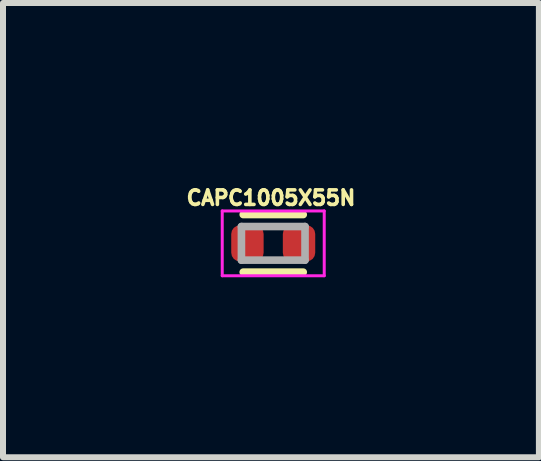
<source format=kicad_pcb>
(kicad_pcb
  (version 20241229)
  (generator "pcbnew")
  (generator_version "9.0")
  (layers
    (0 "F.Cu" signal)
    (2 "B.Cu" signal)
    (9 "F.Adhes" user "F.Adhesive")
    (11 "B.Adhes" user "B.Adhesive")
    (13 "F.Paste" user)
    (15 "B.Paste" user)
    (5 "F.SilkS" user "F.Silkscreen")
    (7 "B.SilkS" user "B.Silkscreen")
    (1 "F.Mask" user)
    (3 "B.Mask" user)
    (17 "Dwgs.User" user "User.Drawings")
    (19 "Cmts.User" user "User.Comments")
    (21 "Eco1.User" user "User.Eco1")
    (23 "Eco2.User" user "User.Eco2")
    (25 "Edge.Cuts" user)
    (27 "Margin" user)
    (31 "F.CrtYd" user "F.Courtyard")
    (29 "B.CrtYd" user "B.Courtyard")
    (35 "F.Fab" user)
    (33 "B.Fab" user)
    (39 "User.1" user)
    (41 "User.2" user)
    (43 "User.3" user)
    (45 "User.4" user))
  (footprint "CAPC1005X55N"
    (layer "F.Cu")
    (at 1.504 1.006)
    (property "Reference" "CAPC1005X55N" (at -0.038 -0.758 0) (layer "F.SilkS") (effects (font (size 0.242 0.242) (thickness 0.06))))
    (attr smd)
    (fp_line (start -0.5 0.48) (end 0.5 0.48) (stroke (width 0.127) (type solid)) (layer "F.SilkS"))
    (fp_line (start 0.5 -0.48) (end -0.5 -0.48) (stroke (width 0.127) (type solid)) (layer "F.SilkS"))
    (fp_line (start -0.85 -0.54) (end -0.85 0.54) (stroke (width 0.05) (type solid)) (layer "F.CrtYd"))
    (fp_line (start -0.85 0.54) (end 0.85 0.54) (stroke (width 0.05) (type solid)) (layer "F.CrtYd"))
    (fp_line (start 0.85 -0.54) (end -0.85 -0.54) (stroke (width 0.05) (type solid)) (layer "F.CrtYd"))
    (fp_line (start 0.85 0.54) (end 0.85 -0.54) (stroke (width 0.05) (type solid)) (layer "F.CrtYd"))
    (fp_line (start -0.53 -0.28) (end -0.53 0.28) (stroke (width 0.127) (type solid)) (layer "F.Fab"))
    (fp_line (start -0.53 0.28) (end 0.53 0.28) (stroke (width 0.127) (type solid)) (layer "F.Fab"))
    (fp_line (start 0.53 -0.28) (end -0.53 -0.28) (stroke (width 0.127) (type solid)) (layer "F.Fab"))
    (fp_line (start 0.53 0.28) (end 0.53 -0.28) (stroke (width 0.127) (type solid)) (layer "F.Fab"))
    (pad "1" smd roundrect (at -0.43 0) (size 0.54 0.6) (layers "F.Cu" "F.Mask" "F.Paste") (roundrect_rratio 0.265))
    (pad "2" smd roundrect (at 0.43 0) (size 0.54 0.6) (layers "F.Cu" "F.Mask" "F.Paste") (roundrect_rratio 0.265)))
  (gr_rect
    (start -3 -3)
    (end 5.932 4.571)
    (stroke (width 0.1) (type default))
    (fill no)
    (layer "Edge.Cuts")))
</source>
